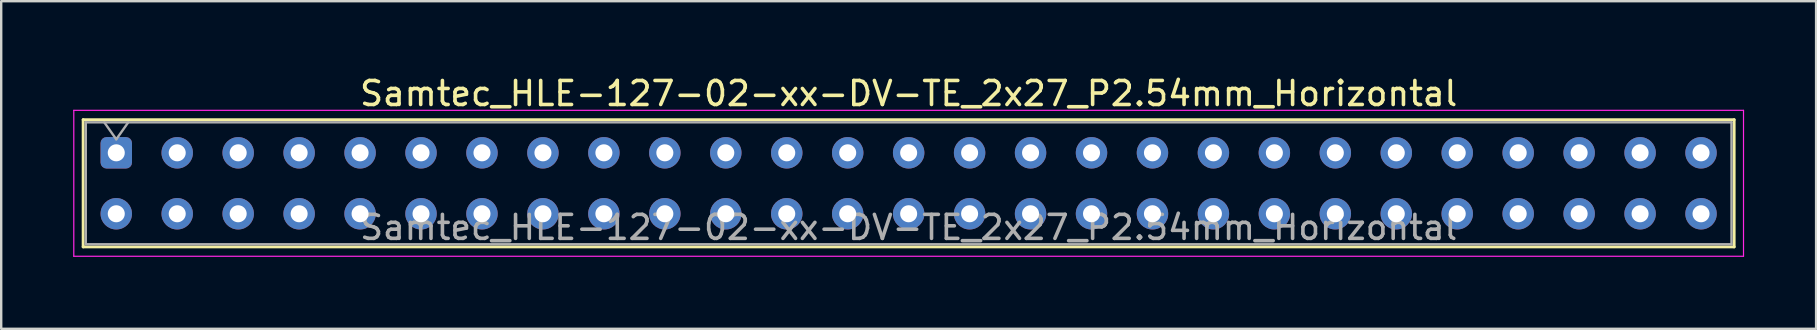
<source format=kicad_pcb>
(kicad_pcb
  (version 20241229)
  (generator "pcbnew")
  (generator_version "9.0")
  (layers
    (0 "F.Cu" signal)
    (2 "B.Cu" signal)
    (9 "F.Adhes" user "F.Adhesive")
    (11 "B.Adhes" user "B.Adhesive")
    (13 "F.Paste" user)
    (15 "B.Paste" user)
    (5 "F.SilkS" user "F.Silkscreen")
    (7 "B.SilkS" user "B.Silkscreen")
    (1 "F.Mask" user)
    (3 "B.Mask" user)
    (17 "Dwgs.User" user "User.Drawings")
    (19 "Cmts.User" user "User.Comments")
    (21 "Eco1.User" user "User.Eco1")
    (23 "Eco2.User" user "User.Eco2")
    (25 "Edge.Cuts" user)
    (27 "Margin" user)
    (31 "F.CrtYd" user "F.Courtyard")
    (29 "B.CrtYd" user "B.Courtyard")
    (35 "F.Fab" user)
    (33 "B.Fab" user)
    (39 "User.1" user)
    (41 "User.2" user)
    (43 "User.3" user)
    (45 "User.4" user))
  (footprint "Samtec_HLE-127-02-xx-DV-TE_2x27_P2.54mm_Horizontal"
    (layer "F.Cu")
    (at 1.795 3.318)
    (property "Reference" "Samtec_HLE-127-02-xx-DV-TE_2x27_P2.54mm_Horizontal" (at 33.02 -2.47 0) (layer "F.SilkS") (effects (font (size 1 1) (thickness 0.15))))
    (attr through_hole)
    (fp_line (start -1.38 -1.38) (end 67.42 -1.38) (stroke (width 0.12) (type solid)) (layer "F.SilkS"))
    (fp_line (start -1.38 3.92) (end -1.38 -1.38) (stroke (width 0.12) (type solid)) (layer "F.SilkS"))
    (fp_line (start 67.42 -1.38) (end 67.42 3.92) (stroke (width 0.12) (type solid)) (layer "F.SilkS"))
    (fp_line (start 67.42 3.92) (end -1.38 3.92) (stroke (width 0.12) (type solid)) (layer "F.SilkS"))
    (fp_line (start -1.77 -1.77) (end 67.81 -1.77) (stroke (width 0.05) (type solid)) (layer "F.CrtYd"))
    (fp_line (start -1.77 4.31) (end -1.77 -1.77) (stroke (width 0.05) (type solid)) (layer "F.CrtYd"))
    (fp_line (start 67.81 -1.77) (end 67.81 4.31) (stroke (width 0.05) (type solid)) (layer "F.CrtYd"))
    (fp_line (start 67.81 4.31) (end -1.77 4.31) (stroke (width 0.05) (type solid)) (layer "F.CrtYd"))
    (fp_line (start -1.27 -1.27) (end 67.31 -1.27) (stroke (width 0.1) (type solid)) (layer "F.Fab"))
    (fp_line (start -1.27 3.81) (end -1.27 -1.27) (stroke (width 0.1) (type solid)) (layer "F.Fab"))
    (fp_line (start -0.5 -1.27) (end 0 -0.563) (stroke (width 0.1) (type solid)) (layer "F.Fab"))
    (fp_line (start 0 -0.563) (end 0.5 -1.27) (stroke (width 0.1) (type solid)) (layer "F.Fab"))
    (fp_line (start 67.31 -1.27) (end 67.31 3.81) (stroke (width 0.1) (type solid)) (layer "F.Fab"))
    (fp_line (start 67.31 3.81) (end -1.27 3.81) (stroke (width 0.1) (type solid)) (layer "F.Fab"))
    (fp_text user "${REFERENCE}" (at 33.02 3.11 0) (layer "F.Fab") (effects (font (size 1 1) (thickness 0.15))))
    (pad "1" thru_hole roundrect (at 0 0) (size 1.31 1.31) (drill 0.71) (layers "*.Cu" "*.Mask") (roundrect_rratio 0.191))
    (pad "2" thru_hole circle (at 0 2.54) (size 1.31 1.31) (drill 0.71) (layers "*.Cu" "*.Mask"))
    (pad "3" thru_hole circle (at 2.54 0) (size 1.31 1.31) (drill 0.71) (layers "*.Cu" "*.Mask"))
    (pad "4" thru_hole circle (at 2.54 2.54) (size 1.31 1.31) (drill 0.71) (layers "*.Cu" "*.Mask"))
    (pad "5" thru_hole circle (at 5.08 0) (size 1.31 1.31) (drill 0.71) (layers "*.Cu" "*.Mask"))
    (pad "6" thru_hole circle (at 5.08 2.54) (size 1.31 1.31) (drill 0.71) (layers "*.Cu" "*.Mask"))
    (pad "7" thru_hole circle (at 7.62 0) (size 1.31 1.31) (drill 0.71) (layers "*.Cu" "*.Mask"))
    (pad "8" thru_hole circle (at 7.62 2.54) (size 1.31 1.31) (drill 0.71) (layers "*.Cu" "*.Mask"))
    (pad "9" thru_hole circle (at 10.16 0) (size 1.31 1.31) (drill 0.71) (layers "*.Cu" "*.Mask"))
    (pad "10" thru_hole circle (at 10.16 2.54) (size 1.31 1.31) (drill 0.71) (layers "*.Cu" "*.Mask"))
    (pad "11" thru_hole circle (at 12.7 0) (size 1.31 1.31) (drill 0.71) (layers "*.Cu" "*.Mask"))
    (pad "12" thru_hole circle (at 12.7 2.54) (size 1.31 1.31) (drill 0.71) (layers "*.Cu" "*.Mask"))
    (pad "13" thru_hole circle (at 15.24 0) (size 1.31 1.31) (drill 0.71) (layers "*.Cu" "*.Mask"))
    (pad "14" thru_hole circle (at 15.24 2.54) (size 1.31 1.31) (drill 0.71) (layers "*.Cu" "*.Mask"))
    (pad "15" thru_hole circle (at 17.78 0) (size 1.31 1.31) (drill 0.71) (layers "*.Cu" "*.Mask"))
    (pad "16" thru_hole circle (at 17.78 2.54) (size 1.31 1.31) (drill 0.71) (layers "*.Cu" "*.Mask"))
    (pad "17" thru_hole circle (at 20.32 0) (size 1.31 1.31) (drill 0.71) (layers "*.Cu" "*.Mask"))
    (pad "18" thru_hole circle (at 20.32 2.54) (size 1.31 1.31) (drill 0.71) (layers "*.Cu" "*.Mask"))
    (pad "19" thru_hole circle (at 22.86 0) (size 1.31 1.31) (drill 0.71) (layers "*.Cu" "*.Mask"))
    (pad "20" thru_hole circle (at 22.86 2.54) (size 1.31 1.31) (drill 0.71) (layers "*.Cu" "*.Mask"))
    (pad "21" thru_hole circle (at 25.4 0) (size 1.31 1.31) (drill 0.71) (layers "*.Cu" "*.Mask"))
    (pad "22" thru_hole circle (at 25.4 2.54) (size 1.31 1.31) (drill 0.71) (layers "*.Cu" "*.Mask"))
    (pad "23" thru_hole circle (at 27.94 0) (size 1.31 1.31) (drill 0.71) (layers "*.Cu" "*.Mask"))
    (pad "24" thru_hole circle (at 27.94 2.54) (size 1.31 1.31) (drill 0.71) (layers "*.Cu" "*.Mask"))
    (pad "25" thru_hole circle (at 30.48 0) (size 1.31 1.31) (drill 0.71) (layers "*.Cu" "*.Mask"))
    (pad "26" thru_hole circle (at 30.48 2.54) (size 1.31 1.31) (drill 0.71) (layers "*.Cu" "*.Mask"))
    (pad "27" thru_hole circle (at 33.02 0) (size 1.31 1.31) (drill 0.71) (layers "*.Cu" "*.Mask"))
    (pad "28" thru_hole circle (at 33.02 2.54) (size 1.31 1.31) (drill 0.71) (layers "*.Cu" "*.Mask"))
    (pad "29" thru_hole circle (at 35.56 0) (size 1.31 1.31) (drill 0.71) (layers "*.Cu" "*.Mask"))
    (pad "30" thru_hole circle (at 35.56 2.54) (size 1.31 1.31) (drill 0.71) (layers "*.Cu" "*.Mask"))
    (pad "31" thru_hole circle (at 38.1 0) (size 1.31 1.31) (drill 0.71) (layers "*.Cu" "*.Mask"))
    (pad "32" thru_hole circle (at 38.1 2.54) (size 1.31 1.31) (drill 0.71) (layers "*.Cu" "*.Mask"))
    (pad "33" thru_hole circle (at 40.64 0) (size 1.31 1.31) (drill 0.71) (layers "*.Cu" "*.Mask"))
    (pad "34" thru_hole circle (at 40.64 2.54) (size 1.31 1.31) (drill 0.71) (layers "*.Cu" "*.Mask"))
    (pad "35" thru_hole circle (at 43.18 0) (size 1.31 1.31) (drill 0.71) (layers "*.Cu" "*.Mask"))
    (pad "36" thru_hole circle (at 43.18 2.54) (size 1.31 1.31) (drill 0.71) (layers "*.Cu" "*.Mask"))
    (pad "37" thru_hole circle (at 45.72 0) (size 1.31 1.31) (drill 0.71) (layers "*.Cu" "*.Mask"))
    (pad "38" thru_hole circle (at 45.72 2.54) (size 1.31 1.31) (drill 0.71) (layers "*.Cu" "*.Mask"))
    (pad "39" thru_hole circle (at 48.26 0) (size 1.31 1.31) (drill 0.71) (layers "*.Cu" "*.Mask"))
    (pad "40" thru_hole circle (at 48.26 2.54) (size 1.31 1.31) (drill 0.71) (layers "*.Cu" "*.Mask"))
    (pad "41" thru_hole circle (at 50.8 0) (size 1.31 1.31) (drill 0.71) (layers "*.Cu" "*.Mask"))
    (pad "42" thru_hole circle (at 50.8 2.54) (size 1.31 1.31) (drill 0.71) (layers "*.Cu" "*.Mask"))
    (pad "43" thru_hole circle (at 53.34 0) (size 1.31 1.31) (drill 0.71) (layers "*.Cu" "*.Mask"))
    (pad "44" thru_hole circle (at 53.34 2.54) (size 1.31 1.31) (drill 0.71) (layers "*.Cu" "*.Mask"))
    (pad "45" thru_hole circle (at 55.88 0) (size 1.31 1.31) (drill 0.71) (layers "*.Cu" "*.Mask"))
    (pad "46" thru_hole circle (at 55.88 2.54) (size 1.31 1.31) (drill 0.71) (layers "*.Cu" "*.Mask"))
    (pad "47" thru_hole circle (at 58.42 0) (size 1.31 1.31) (drill 0.71) (layers "*.Cu" "*.Mask"))
    (pad "48" thru_hole circle (at 58.42 2.54) (size 1.31 1.31) (drill 0.71) (layers "*.Cu" "*.Mask"))
    (pad "49" thru_hole circle (at 60.96 0) (size 1.31 1.31) (drill 0.71) (layers "*.Cu" "*.Mask"))
    (pad "50" thru_hole circle (at 60.96 2.54) (size 1.31 1.31) (drill 0.71) (layers "*.Cu" "*.Mask"))
    (pad "51" thru_hole circle (at 63.5 0) (size 1.31 1.31) (drill 0.71) (layers "*.Cu" "*.Mask"))
    (pad "52" thru_hole circle (at 63.5 2.54) (size 1.31 1.31) (drill 0.71) (layers "*.Cu" "*.Mask"))
    (pad "53" thru_hole circle (at 66.04 0) (size 1.31 1.31) (drill 0.71) (layers "*.Cu" "*.Mask"))
    (pad "54" thru_hole circle (at 66.04 2.54) (size 1.31 1.31) (drill 0.71) (layers "*.Cu" "*.Mask")))
  (gr_rect
    (start -3 -3)
    (end 72.63 10.653)
    (stroke (width 0.1) (type default))
    (fill no)
    (layer "Edge.Cuts")))
</source>
